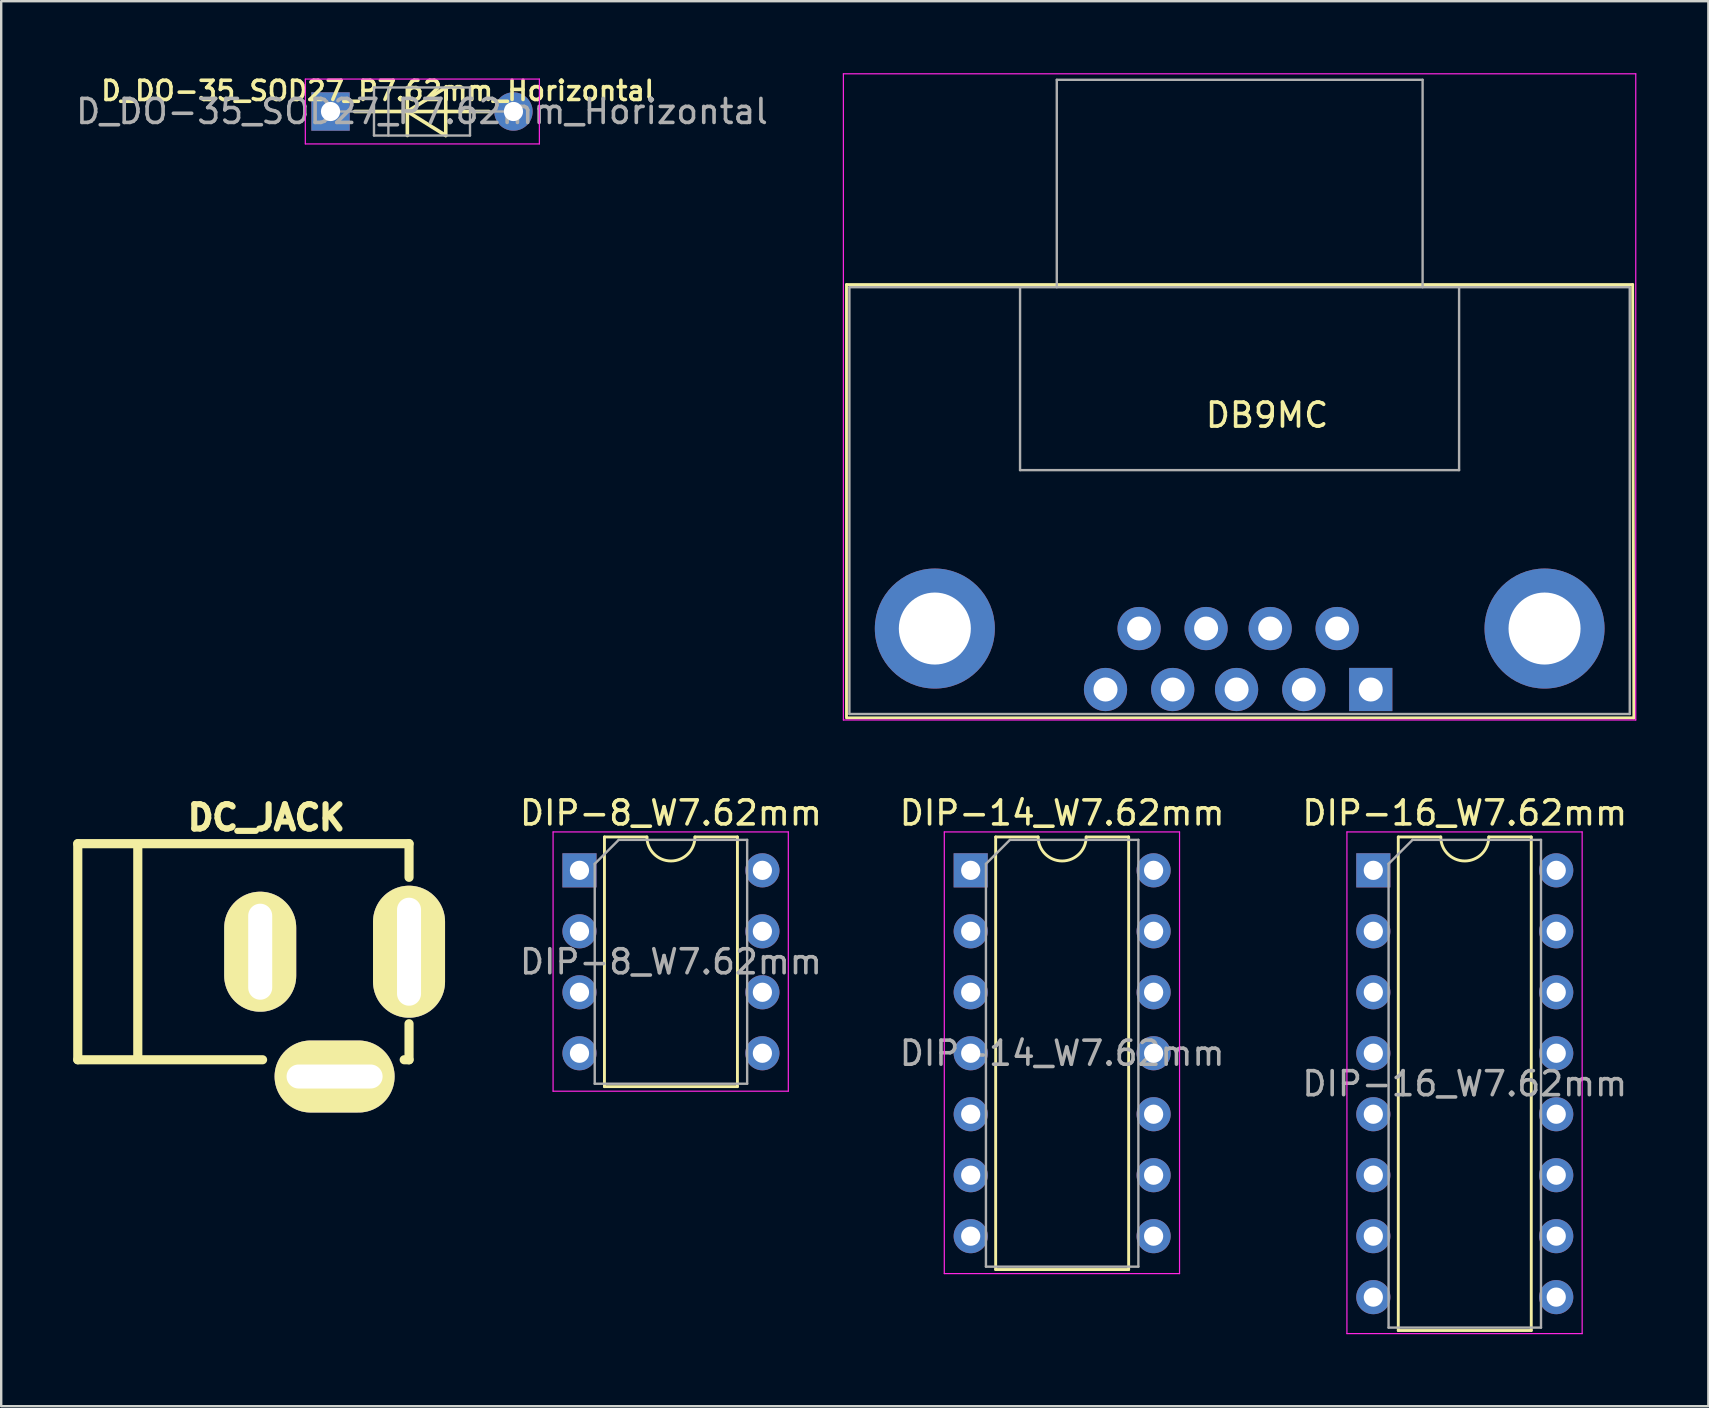
<source format=kicad_pcb>
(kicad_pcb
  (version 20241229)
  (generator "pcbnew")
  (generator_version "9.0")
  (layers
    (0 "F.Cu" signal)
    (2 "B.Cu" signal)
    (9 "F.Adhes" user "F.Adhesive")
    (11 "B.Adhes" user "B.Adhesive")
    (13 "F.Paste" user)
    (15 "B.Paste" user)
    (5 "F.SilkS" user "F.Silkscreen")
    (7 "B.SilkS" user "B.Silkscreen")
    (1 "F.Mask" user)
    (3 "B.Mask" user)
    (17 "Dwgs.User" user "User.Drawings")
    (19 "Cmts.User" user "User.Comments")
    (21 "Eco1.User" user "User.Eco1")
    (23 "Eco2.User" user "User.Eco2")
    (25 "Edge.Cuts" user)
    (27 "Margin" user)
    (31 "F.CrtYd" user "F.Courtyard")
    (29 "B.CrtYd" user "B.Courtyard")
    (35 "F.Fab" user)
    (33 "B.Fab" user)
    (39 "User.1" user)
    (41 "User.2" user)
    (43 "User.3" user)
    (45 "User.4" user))
  (footprint "DC_JACK"
    (layer "F.Cu")
    (at 7.79 36.598)
    (property "Reference" "DC_JACK" (at 0.254 -5.588 0) (layer "F.SilkS") (effects (font (size 1.016 1.016) (thickness 0.254))))
    (attr through_hole)
    (fp_line (start -7.6 -4.501) (end -7.6 4.501) (stroke (width 0.381) (type solid)) (layer "F.SilkS"))
    (fp_line (start -7.6 4.501) (end 0.099 4.501) (stroke (width 0.381) (type solid)) (layer "F.SilkS"))
    (fp_line (start -5.1 -4.399) (end -5.1 4.399) (stroke (width 0.381) (type solid)) (layer "F.SilkS"))
    (fp_line (start 5.999 4.501) (end 6.2 4.501) (stroke (width 0.381) (type solid)) (layer "F.SilkS"))
    (fp_line (start 6.2 -4.501) (end -7.6 -4.501) (stroke (width 0.381) (type solid)) (layer "F.SilkS"))
    (fp_line (start 6.2 -3.099) (end 6.2 -4.501) (stroke (width 0.381) (type solid)) (layer "F.SilkS"))
    (fp_line (start 6.2 4.501) (end 6.2 3) (stroke (width 0.381) (type solid)) (layer "F.SilkS"))
    (pad "1" thru_hole oval (at 6.2 0) (size 3 5.5) (drill oval 1 4.5) (layers "*.Cu" "*.Mask" "F.SilkS"))
    (pad "2" thru_hole oval (at 0 0) (size 3 5) (drill oval 1 4) (layers "*.Cu" "*.Mask" "F.SilkS"))
    (pad "3" thru_hole oval (at 3.099 5.199 90) (size 3 5) (drill oval 1 4) (layers "*.Cu" "*.Mask" "F.SilkS")))
  (footprint "DIP-16_W7.62mm"
    (layer "F.Cu")
    (at 54.162 33.208)
    (property "Reference" "DIP-16_W7.62mm" (at 3.81 -2.39 0) (layer "F.SilkS") (effects (font (size 1 1) (thickness 0.15))))
    (attr through_hole)
    (fp_line (start 1.04 -1.39) (end 1.04 19.17) (stroke (width 0.12) (type solid)) (layer "F.SilkS"))
    (fp_line (start 1.04 19.17) (end 6.58 19.17) (stroke (width 0.12) (type solid)) (layer "F.SilkS"))
    (fp_line (start 2.81 -1.39) (end 1.04 -1.39) (stroke (width 0.12) (type solid)) (layer "F.SilkS"))
    (fp_line (start 6.58 -1.39) (end 4.81 -1.39) (stroke (width 0.12) (type solid)) (layer "F.SilkS"))
    (fp_line (start 6.58 19.17) (end 6.58 -1.39) (stroke (width 0.12) (type solid)) (layer "F.SilkS"))
    (fp_arc (start 4.81 -1.39) (mid 3.81 -0.39) (end 2.81 -1.39) (stroke (width 0.12) (type solid)) (layer "F.SilkS"))
    (fp_line (start -1.1 -1.6) (end -1.1 19.3) (stroke (width 0.05) (type solid)) (layer "F.CrtYd"))
    (fp_line (start -1.1 19.3) (end 8.7 19.3) (stroke (width 0.05) (type solid)) (layer "F.CrtYd"))
    (fp_line (start 8.7 -1.6) (end -1.1 -1.6) (stroke (width 0.05) (type solid)) (layer "F.CrtYd"))
    (fp_line (start 8.7 19.3) (end 8.7 -1.6) (stroke (width 0.05) (type solid)) (layer "F.CrtYd"))
    (fp_line (start 0.635 -0.27) (end 1.635 -1.27) (stroke (width 0.1) (type solid)) (layer "F.Fab"))
    (fp_line (start 0.635 19.05) (end 0.635 -0.27) (stroke (width 0.1) (type solid)) (layer "F.Fab"))
    (fp_line (start 1.635 -1.27) (end 6.985 -1.27) (stroke (width 0.1) (type solid)) (layer "F.Fab"))
    (fp_line (start 6.985 -1.27) (end 6.985 19.05) (stroke (width 0.1) (type solid)) (layer "F.Fab"))
    (fp_line (start 6.985 19.05) (end 0.635 19.05) (stroke (width 0.1) (type solid)) (layer "F.Fab"))
    (fp_text user "${REFERENCE}" (at 3.81 8.89 0) (layer "F.Fab") (effects (font (size 1 1) (thickness 0.15))))
    (pad "1" thru_hole rect (at 0 0) (size 1.422 1.422) (drill 0.8) (layers "*.Cu" "*.Mask"))
    (pad "2" thru_hole oval (at 0 2.54) (size 1.422 1.422) (drill 0.8) (layers "*.Cu" "*.Mask"))
    (pad "3" thru_hole oval (at 0 5.08) (size 1.422 1.422) (drill 0.8) (layers "*.Cu" "*.Mask"))
    (pad "4" thru_hole oval (at 0 7.62) (size 1.422 1.422) (drill 0.8) (layers "*.Cu" "*.Mask"))
    (pad "5" thru_hole oval (at 0 10.16) (size 1.422 1.422) (drill 0.8) (layers "*.Cu" "*.Mask"))
    (pad "6" thru_hole oval (at 0 12.7) (size 1.422 1.422) (drill 0.8) (layers "*.Cu" "*.Mask"))
    (pad "7" thru_hole oval (at 0 15.24) (size 1.422 1.422) (drill 0.8) (layers "*.Cu" "*.Mask"))
    (pad "8" thru_hole oval (at 0 17.78) (size 1.422 1.422) (drill 0.8) (layers "*.Cu" "*.Mask"))
    (pad "9" thru_hole oval (at 7.62 17.78) (size 1.422 1.422) (drill 0.8) (layers "*.Cu" "*.Mask"))
    (pad "10" thru_hole oval (at 7.62 15.24) (size 1.422 1.422) (drill 0.8) (layers "*.Cu" "*.Mask"))
    (pad "11" thru_hole oval (at 7.62 12.7) (size 1.422 1.422) (drill 0.8) (layers "*.Cu" "*.Mask"))
    (pad "12" thru_hole oval (at 7.62 10.16) (size 1.422 1.422) (drill 0.8) (layers "*.Cu" "*.Mask"))
    (pad "13" thru_hole oval (at 7.62 7.62) (size 1.422 1.422) (drill 0.8) (layers "*.Cu" "*.Mask"))
    (pad "14" thru_hole oval (at 7.62 5.08) (size 1.422 1.422) (drill 0.8) (layers "*.Cu" "*.Mask"))
    (pad "15" thru_hole oval (at 7.62 2.54) (size 1.422 1.422) (drill 0.8) (layers "*.Cu" "*.Mask"))
    (pad "16" thru_hole oval (at 7.62 0) (size 1.422 1.422) (drill 0.8) (layers "*.Cu" "*.Mask")))
  (footprint "DIP-8_W7.62mm"
    (layer "F.Cu")
    (at 21.091 33.208)
    (property "Reference" "DIP-8_W7.62mm" (at 3.81 -2.39 0) (layer "F.SilkS") (effects (font (size 1 1) (thickness 0.15))))
    (attr through_hole)
    (fp_line (start 1.04 -1.39) (end 1.04 9.01) (stroke (width 0.12) (type solid)) (layer "F.SilkS"))
    (fp_line (start 1.04 9.01) (end 6.58 9.01) (stroke (width 0.12) (type solid)) (layer "F.SilkS"))
    (fp_line (start 2.81 -1.39) (end 1.04 -1.39) (stroke (width 0.12) (type solid)) (layer "F.SilkS"))
    (fp_line (start 6.58 -1.39) (end 4.81 -1.39) (stroke (width 0.12) (type solid)) (layer "F.SilkS"))
    (fp_line (start 6.58 9.01) (end 6.58 -1.39) (stroke (width 0.12) (type solid)) (layer "F.SilkS"))
    (fp_arc (start 4.81 -1.39) (mid 3.81 -0.39) (end 2.81 -1.39) (stroke (width 0.12) (type solid)) (layer "F.SilkS"))
    (fp_line (start -1.1 -1.6) (end -1.1 9.2) (stroke (width 0.05) (type solid)) (layer "F.CrtYd"))
    (fp_line (start -1.1 9.2) (end 8.7 9.2) (stroke (width 0.05) (type solid)) (layer "F.CrtYd"))
    (fp_line (start 8.7 -1.6) (end -1.1 -1.6) (stroke (width 0.05) (type solid)) (layer "F.CrtYd"))
    (fp_line (start 8.7 9.2) (end 8.7 -1.6) (stroke (width 0.05) (type solid)) (layer "F.CrtYd"))
    (fp_line (start 0.635 -0.27) (end 1.635 -1.27) (stroke (width 0.1) (type solid)) (layer "F.Fab"))
    (fp_line (start 0.635 8.89) (end 0.635 -0.27) (stroke (width 0.1) (type solid)) (layer "F.Fab"))
    (fp_line (start 1.635 -1.27) (end 6.985 -1.27) (stroke (width 0.1) (type solid)) (layer "F.Fab"))
    (fp_line (start 6.985 -1.27) (end 6.985 8.89) (stroke (width 0.1) (type solid)) (layer "F.Fab"))
    (fp_line (start 6.985 8.89) (end 0.635 8.89) (stroke (width 0.1) (type solid)) (layer "F.Fab"))
    (fp_text user "${REFERENCE}" (at 3.81 3.81 0) (layer "F.Fab") (effects (font (size 1 1) (thickness 0.15))))
    (pad "1" thru_hole rect (at 0 0) (size 1.422 1.422) (drill 0.8) (layers "*.Cu" "*.Mask"))
    (pad "2" thru_hole oval (at 0 2.54) (size 1.422 1.422) (drill 0.8) (layers "*.Cu" "*.Mask"))
    (pad "3" thru_hole oval (at 0 5.08) (size 1.422 1.422) (drill 0.8) (layers "*.Cu" "*.Mask"))
    (pad "4" thru_hole oval (at 0 7.62) (size 1.422 1.422) (drill 0.8) (layers "*.Cu" "*.Mask"))
    (pad "5" thru_hole oval (at 7.62 7.62) (size 1.422 1.422) (drill 0.8) (layers "*.Cu" "*.Mask"))
    (pad "6" thru_hole oval (at 7.62 5.08) (size 1.422 1.422) (drill 0.8) (layers "*.Cu" "*.Mask"))
    (pad "7" thru_hole oval (at 7.62 2.54) (size 1.422 1.422) (drill 0.8) (layers "*.Cu" "*.Mask"))
    (pad "8" thru_hole oval (at 7.62 0) (size 1.422 1.422) (drill 0.8) (layers "*.Cu" "*.Mask")))
  (footprint "DIP-14_W7.62mm"
    (layer "F.Cu")
    (at 37.389 33.208)
    (property "Reference" "DIP-14_W7.62mm" (at 3.81 -2.39 0) (layer "F.SilkS") (effects (font (size 1 1) (thickness 0.15))))
    (attr through_hole)
    (fp_line (start 1.04 -1.39) (end 1.04 16.63) (stroke (width 0.12) (type solid)) (layer "F.SilkS"))
    (fp_line (start 1.04 16.63) (end 6.58 16.63) (stroke (width 0.12) (type solid)) (layer "F.SilkS"))
    (fp_line (start 2.81 -1.39) (end 1.04 -1.39) (stroke (width 0.12) (type solid)) (layer "F.SilkS"))
    (fp_line (start 6.58 -1.39) (end 4.81 -1.39) (stroke (width 0.12) (type solid)) (layer "F.SilkS"))
    (fp_line (start 6.58 16.63) (end 6.58 -1.39) (stroke (width 0.12) (type solid)) (layer "F.SilkS"))
    (fp_arc (start 4.81 -1.39) (mid 3.81 -0.39) (end 2.81 -1.39) (stroke (width 0.12) (type solid)) (layer "F.SilkS"))
    (fp_line (start -1.1 -1.6) (end -1.1 16.8) (stroke (width 0.05) (type solid)) (layer "F.CrtYd"))
    (fp_line (start -1.1 16.8) (end 8.7 16.8) (stroke (width 0.05) (type solid)) (layer "F.CrtYd"))
    (fp_line (start 8.7 -1.6) (end -1.1 -1.6) (stroke (width 0.05) (type solid)) (layer "F.CrtYd"))
    (fp_line (start 8.7 16.8) (end 8.7 -1.6) (stroke (width 0.05) (type solid)) (layer "F.CrtYd"))
    (fp_line (start 0.635 -0.27) (end 1.635 -1.27) (stroke (width 0.1) (type solid)) (layer "F.Fab"))
    (fp_line (start 0.635 16.51) (end 0.635 -0.27) (stroke (width 0.1) (type solid)) (layer "F.Fab"))
    (fp_line (start 1.635 -1.27) (end 6.985 -1.27) (stroke (width 0.1) (type solid)) (layer "F.Fab"))
    (fp_line (start 6.985 -1.27) (end 6.985 16.51) (stroke (width 0.1) (type solid)) (layer "F.Fab"))
    (fp_line (start 6.985 16.51) (end 0.635 16.51) (stroke (width 0.1) (type solid)) (layer "F.Fab"))
    (fp_text user "${REFERENCE}" (at 3.81 7.62 0) (layer "F.Fab") (effects (font (size 1 1) (thickness 0.15))))
    (pad "1" thru_hole rect (at 0 0) (size 1.422 1.422) (drill 0.8) (layers "*.Cu" "*.Mask"))
    (pad "2" thru_hole oval (at 0 2.54) (size 1.422 1.422) (drill 0.8) (layers "*.Cu" "*.Mask"))
    (pad "3" thru_hole oval (at 0 5.08) (size 1.422 1.422) (drill 0.8) (layers "*.Cu" "*.Mask"))
    (pad "4" thru_hole oval (at 0 7.62) (size 1.422 1.422) (drill 0.8) (layers "*.Cu" "*.Mask"))
    (pad "5" thru_hole oval (at 0 10.16) (size 1.422 1.422) (drill 0.8) (layers "*.Cu" "*.Mask"))
    (pad "6" thru_hole oval (at 0 12.7) (size 1.422 1.422) (drill 0.8) (layers "*.Cu" "*.Mask"))
    (pad "7" thru_hole oval (at 0 15.24) (size 1.422 1.422) (drill 0.8) (layers "*.Cu" "*.Mask"))
    (pad "8" thru_hole oval (at 7.62 15.24) (size 1.422 1.422) (drill 0.8) (layers "*.Cu" "*.Mask"))
    (pad "9" thru_hole oval (at 7.62 12.7) (size 1.422 1.422) (drill 0.8) (layers "*.Cu" "*.Mask"))
    (pad "10" thru_hole oval (at 7.62 10.16) (size 1.422 1.422) (drill 0.8) (layers "*.Cu" "*.Mask"))
    (pad "11" thru_hole oval (at 7.62 7.62) (size 1.422 1.422) (drill 0.8) (layers "*.Cu" "*.Mask"))
    (pad "12" thru_hole oval (at 7.62 5.08) (size 1.422 1.422) (drill 0.8) (layers "*.Cu" "*.Mask"))
    (pad "13" thru_hole oval (at 7.62 2.54) (size 1.422 1.422) (drill 0.8) (layers "*.Cu" "*.Mask"))
    (pad "14" thru_hole oval (at 7.62 0) (size 1.422 1.422) (drill 0.8) (layers "*.Cu" "*.Mask")))
  (footprint "D_DO-35_SOD27_P7.62mm_Horizontal"
    (layer "F.Cu")
    (at 10.72 1.595)
    (property "Reference" "D_DO-35_SOD27_P7.62mm_Horizontal" (at 1.981 -0.864 0) (layer "F.SilkS") (effects (font (size 0.8 0.8) (thickness 0.15))))
    (attr through_hole)
    (fp_line (start 1 0) (end 6.6 0) (stroke (width 0.15) (type solid)) (layer "F.SilkS"))
    (fp_line (start 3.2 -1) (end 3.2 1) (stroke (width 0.15) (type solid)) (layer "F.SilkS"))
    (fp_line (start 3.2 0) (end 4.8 -1) (stroke (width 0.15) (type solid)) (layer "F.SilkS"))
    (fp_line (start 4.8 -1) (end 4.8 1) (stroke (width 0.15) (type solid)) (layer "F.SilkS"))
    (fp_line (start 4.8 1) (end 3.2 0) (stroke (width 0.15) (type solid)) (layer "F.SilkS"))
    (fp_line (start -1.05 -1.35) (end -1.05 1.35) (stroke (width 0.05) (type solid)) (layer "F.CrtYd"))
    (fp_line (start -1.05 1.35) (end 8.7 1.35) (stroke (width 0.05) (type solid)) (layer "F.CrtYd"))
    (fp_line (start 8.7 -1.35) (end -1.05 -1.35) (stroke (width 0.05) (type solid)) (layer "F.CrtYd"))
    (fp_line (start 8.7 1.35) (end 8.7 -1.35) (stroke (width 0.05) (type solid)) (layer "F.CrtYd"))
    (fp_line (start 0 0) (end 1.81 0) (stroke (width 0.1) (type solid)) (layer "F.Fab"))
    (fp_line (start 1.81 -1) (end 1.81 1) (stroke (width 0.1) (type solid)) (layer "F.Fab"))
    (fp_line (start 1.81 1) (end 5.81 1) (stroke (width 0.1) (type solid)) (layer "F.Fab"))
    (fp_line (start 2.41 -1) (end 2.41 1) (stroke (width 0.1) (type solid)) (layer "F.Fab"))
    (fp_line (start 5.81 -1) (end 1.81 -1) (stroke (width 0.1) (type solid)) (layer "F.Fab"))
    (fp_line (start 5.81 1) (end 5.81 -1) (stroke (width 0.1) (type solid)) (layer "F.Fab"))
    (fp_line (start 7.62 0) (end 5.81 0) (stroke (width 0.1) (type solid)) (layer "F.Fab"))
    (fp_text user "${REFERENCE}" (at 3.81 0 0) (layer "F.Fab") (effects (font (size 1 1) (thickness 0.15))))
    (pad "1" thru_hole rect (at 0 0) (size 1.6 1.6) (drill 0.8) (layers "*.Cu" "*.Mask"))
    (pad "2" thru_hole oval (at 7.62 0) (size 1.6 1.6) (drill 0.8) (layers "*.Cu" "*.Mask")))
  (footprint "DB9MC"
    (layer "F.Cu")
    (at 54.055 25.675)
    (property "Reference" "DB9MC" (at -4.32 -11.43 0) (layer "F.SilkS") (effects (font (size 1 1) (thickness 0.15))))
    (attr through_hole)
    (fp_line (start -21.84 -16.87) (end 10.91 -16.87) (stroke (width 0.12) (type solid)) (layer "F.SilkS"))
    (fp_line (start -21.84 1.13) (end -21.84 -16.87) (stroke (width 0.12) (type solid)) (layer "F.SilkS"))
    (fp_line (start 10.91 -16.87) (end 10.96 1.18) (stroke (width 0.12) (type solid)) (layer "F.SilkS"))
    (fp_line (start 10.96 1.18) (end -21.84 1.18) (stroke (width 0.12) (type solid)) (layer "F.SilkS"))
    (fp_line (start -21.97 -25.65) (end -21.97 1.27) (stroke (width 0.05) (type solid)) (layer "F.CrtYd"))
    (fp_line (start -21.97 -25.65) (end 11.04 -25.65) (stroke (width 0.05) (type solid)) (layer "F.CrtYd"))
    (fp_line (start 11.04 1.27) (end -21.97 1.27) (stroke (width 0.05) (type solid)) (layer "F.CrtYd"))
    (fp_line (start 11.04 1.27) (end 11.04 -25.65) (stroke (width 0.05) (type solid)) (layer "F.CrtYd"))
    (fp_line (start -21.72 -16.76) (end -21.72 1.02) (stroke (width 0.1) (type solid)) (layer "F.Fab"))
    (fp_line (start -21.72 1.02) (end 10.79 1.02) (stroke (width 0.1) (type solid)) (layer "F.Fab"))
    (fp_line (start -14.61 -16.76) (end -14.61 -9.14) (stroke (width 0.1) (type solid)) (layer "F.Fab"))
    (fp_line (start -14.61 -9.14) (end 3.68 -9.14) (stroke (width 0.1) (type solid)) (layer "F.Fab"))
    (fp_line (start -13.08 -25.4) (end 2.16 -25.4) (stroke (width 0.1) (type solid)) (layer "F.Fab"))
    (fp_line (start -13.08 -16.76) (end -13.08 -25.4) (stroke (width 0.1) (type solid)) (layer "F.Fab"))
    (fp_line (start 2.16 -25.4) (end 2.16 -16.76) (stroke (width 0.1) (type solid)) (layer "F.Fab"))
    (fp_line (start 3.68 -9.14) (end 3.68 -16.76) (stroke (width 0.1) (type solid)) (layer "F.Fab"))
    (fp_line (start 10.79 -16.76) (end -21.72 -16.76) (stroke (width 0.1) (type solid)) (layer "F.Fab"))
    (fp_line (start 10.79 1.02) (end 10.79 -16.76) (stroke (width 0.1) (type solid)) (layer "F.Fab"))
    (pad "" thru_hole circle (at -18.16 -2.54) (size 5 5) (drill 3) (layers "*.Cu" "*.Mask"))
    (pad "" thru_hole circle (at 7.24 -2.54) (size 5 5) (drill 3) (layers "*.Cu" "*.Mask"))
    (pad "1" thru_hole rect (at 0 0) (size 1.8 1.8) (drill 1) (layers "*.Cu" "*.Mask"))
    (pad "2" thru_hole circle (at -2.79 0) (size 1.8 1.8) (drill 1) (layers "*.Cu" "*.Mask"))
    (pad "3" thru_hole circle (at -5.59 0) (size 1.8 1.8) (drill 1) (layers "*.Cu" "*.Mask"))
    (pad "4" thru_hole circle (at -8.25 0) (size 1.8 1.8) (drill 1) (layers "*.Cu" "*.Mask"))
    (pad "5" thru_hole circle (at -11.05 0) (size 1.8 1.8) (drill 1) (layers "*.Cu" "*.Mask"))
    (pad "6" thru_hole circle (at -1.4 -2.54) (size 1.8 1.8) (drill 1) (layers "*.Cu" "*.Mask"))
    (pad "7" thru_hole circle (at -4.19 -2.54) (size 1.8 1.8) (drill 1) (layers "*.Cu" "*.Mask"))
    (pad "8" thru_hole circle (at -6.86 -2.54) (size 1.8 1.8) (drill 1) (layers "*.Cu" "*.Mask"))
    (pad "9" thru_hole circle (at -9.65 -2.54) (size 1.8 1.8) (drill 1) (layers "*.Cu" "*.Mask")))
  (gr_rect
    (start -3 -3)
    (end 68.12 55.533)
    (stroke (width 0.1) (type default))
    (fill no)
    (layer "Edge.Cuts")))
</source>
